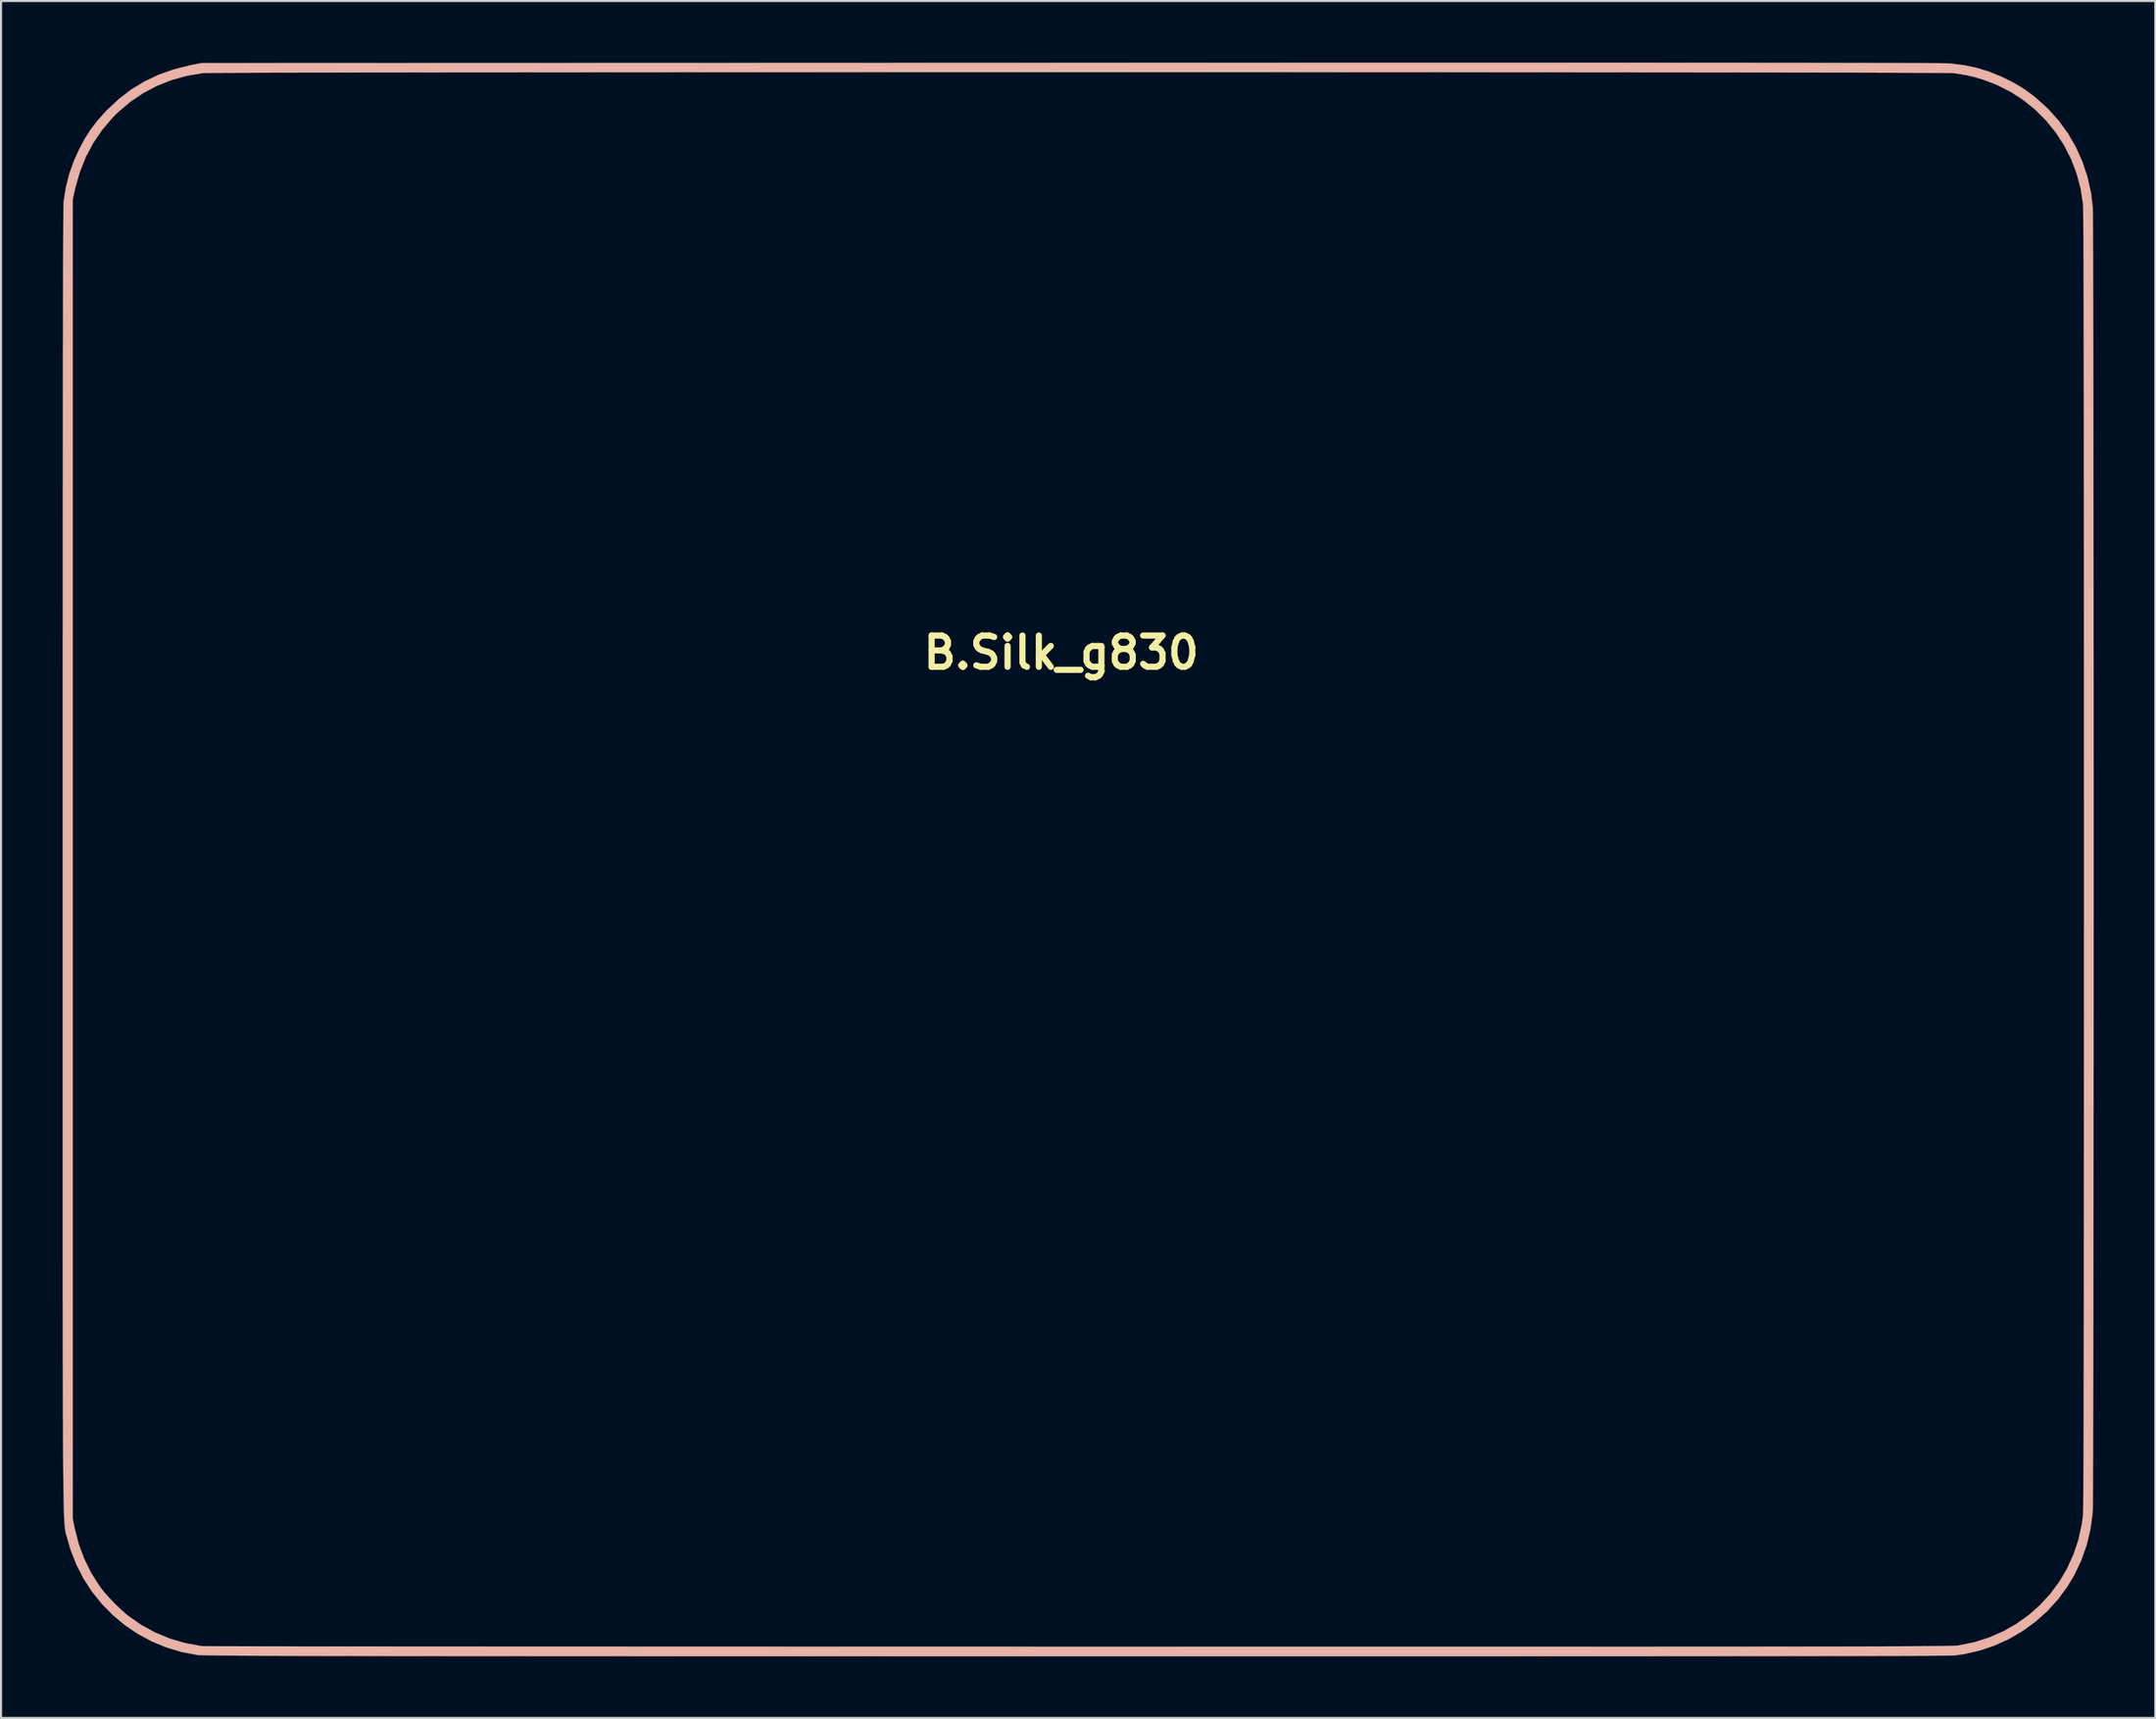
<source format=kicad_pcb>
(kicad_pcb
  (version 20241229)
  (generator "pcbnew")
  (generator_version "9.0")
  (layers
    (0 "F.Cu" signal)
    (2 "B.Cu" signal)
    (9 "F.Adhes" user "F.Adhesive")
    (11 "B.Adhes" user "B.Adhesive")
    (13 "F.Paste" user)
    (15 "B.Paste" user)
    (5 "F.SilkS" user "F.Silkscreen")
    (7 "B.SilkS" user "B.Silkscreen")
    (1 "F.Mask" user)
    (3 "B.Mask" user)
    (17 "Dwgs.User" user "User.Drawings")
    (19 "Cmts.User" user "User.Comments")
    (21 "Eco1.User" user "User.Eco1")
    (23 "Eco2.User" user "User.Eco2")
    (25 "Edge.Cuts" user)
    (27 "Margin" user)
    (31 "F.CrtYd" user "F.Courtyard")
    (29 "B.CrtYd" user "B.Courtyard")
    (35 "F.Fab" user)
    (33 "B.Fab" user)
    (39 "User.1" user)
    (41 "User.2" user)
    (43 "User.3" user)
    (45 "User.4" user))
  (footprint "B.Silk_g830"
    (layer "F.Cu")
    (at 48.646 28.744)
    (property "Reference" "B.Silk_g830" (at 0 0 0) (layer "F.SilkS") (effects (font (size 1.524 1.524) (thickness 0.3))))
    (attr through_hole)
    (fp_poly (pts (xy 22.988 -28.739) (xy 24.575 -28.739) (xy 26.09 -28.738) (xy 27.534 -28.738) (xy 28.907 -28.738) (xy 30.21 -28.737) (xy 31.445 -28.736) (xy 32.612 -28.736) (xy 33.713 -28.735) (xy 34.748 -28.734) (xy 35.718 -28.733) (xy 36.625 -28.732) (xy 37.47 -28.731) (xy 38.253 -28.729) (xy 38.975 -28.728) (xy 39.638 -28.726) (xy 40.242 -28.725) (xy 40.789 -28.723) (xy 41.279 -28.721) (xy 41.714 -28.719) (xy 42.095 -28.717) (xy 42.422 -28.715) (xy 42.696 -28.713) (xy 42.919 -28.71) (xy 43.092 -28.708) (xy 43.215 -28.705) (xy 43.289 -28.702) (xy 43.306 -28.701) (xy 43.973 -28.618) (xy 44.589 -28.49) (xy 45.18 -28.31) (xy 45.77 -28.072) (xy 45.961 -27.983) (xy 46.375 -27.774) (xy 46.737 -27.564) (xy 47.08 -27.334) (xy 47.436 -27.063) (xy 47.485 -27.023) (xy 48.069 -26.497) (xy 48.59 -25.916) (xy 49.047 -25.285) (xy 49.436 -24.61) (xy 49.755 -23.895) (xy 50 -23.147) (xy 50.17 -22.37) (xy 50.249 -21.73) (xy 50.252 -21.656) (xy 50.254 -21.5) (xy 50.257 -21.264) (xy 50.259 -20.952) (xy 50.262 -20.564) (xy 50.264 -20.106) (xy 50.266 -19.577) (xy 50.268 -18.982) (xy 50.27 -18.323) (xy 50.272 -17.602) (xy 50.274 -16.823) (xy 50.275 -15.987) (xy 50.277 -15.097) (xy 50.279 -14.155) (xy 50.28 -13.165) (xy 50.281 -12.129) (xy 50.283 -11.049) (xy 50.284 -9.928) (xy 50.285 -8.768) (xy 50.286 -7.573) (xy 50.287 -6.344) (xy 50.288 -5.085) (xy 50.289 -3.797) (xy 50.29 -2.483) (xy 50.29 -1.147) (xy 50.291 0.21) (xy 50.292 1.585) (xy 50.292 2.976) (xy 50.292 4.379) (xy 50.293 5.793) (xy 50.293 7.214) (xy 50.293 8.64) (xy 50.293 10.069) (xy 50.293 11.498) (xy 50.293 12.925) (xy 50.292 14.346) (xy 50.292 15.76) (xy 50.292 17.163) (xy 50.291 18.554) (xy 50.291 19.929) (xy 50.29 21.286) (xy 50.289 22.623) (xy 50.289 23.937) (xy 50.288 25.225) (xy 50.287 26.485) (xy 50.286 27.714) (xy 50.285 28.91) (xy 50.284 30.07) (xy 50.282 31.191) (xy 50.281 32.271) (xy 50.279 33.308) (xy 50.278 34.299) (xy 50.276 35.241) (xy 50.275 36.131) (xy 50.273 36.968) (xy 50.271 37.748) (xy 50.269 38.47) (xy 50.267 39.129) (xy 50.265 39.725) (xy 50.263 40.254) (xy 50.261 40.714) (xy 50.258 41.102) (xy 50.256 41.415) (xy 50.254 41.652) (xy 50.251 41.809) (xy 50.248 41.884) (xy 50.248 41.884) (xy 50.142 42.689) (xy 49.955 43.469) (xy 49.69 44.219) (xy 49.348 44.938) (xy 49.037 45.46) (xy 48.572 46.098) (xy 48.046 46.679) (xy 47.465 47.2) (xy 46.835 47.658) (xy 46.162 48.05) (xy 45.451 48.372) (xy 44.707 48.62) (xy 43.937 48.791) (xy 43.51 48.85) (xy 43.454 48.853) (xy 43.335 48.855) (xy 43.154 48.858) (xy 42.908 48.86) (xy 42.598 48.862) (xy 42.223 48.865) (xy 41.782 48.867) (xy 41.274 48.869) (xy 40.699 48.871) (xy 40.057 48.872) (xy 39.346 48.874) (xy 38.566 48.876) (xy 37.717 48.877) (xy 36.796 48.879) (xy 35.805 48.88) (xy 34.742 48.882) (xy 33.607 48.883) (xy 32.399 48.884) (xy 31.117 48.885) (xy 29.76 48.886) (xy 28.329 48.887) (xy 26.822 48.888) (xy 25.239 48.888) (xy 23.579 48.889) (xy 21.841 48.89) (xy 20.024 48.89) (xy 18.129 48.89) (xy 16.155 48.891) (xy 14.1 48.891) (xy 11.964 48.891) (xy 9.746 48.891) (xy 7.447 48.891) (xy 5.064 48.891) (xy 2.598 48.891) (xy 0.732 48.891) (xy -1.581 48.89) (xy -3.811 48.89) (xy -5.96 48.89) (xy -8.028 48.89) (xy -10.017 48.889) (xy -11.929 48.889) (xy -13.765 48.888) (xy -15.527 48.888) (xy -17.216 48.888) (xy -18.834 48.887) (xy -20.382 48.887) (xy -21.862 48.886) (xy -23.275 48.885) (xy -24.622 48.885) (xy -25.905 48.884) (xy -27.126 48.883) (xy -28.287 48.882) (xy -29.387 48.882) (xy -30.43 48.881) (xy -31.416 48.88) (xy -32.347 48.879) (xy -33.224 48.878) (xy -34.05 48.876) (xy -34.825 48.875) (xy -35.55 48.874) (xy -36.228 48.873) (xy -36.86 48.871) (xy -37.448 48.87) (xy -37.992 48.868) (xy -38.494 48.866) (xy -38.957 48.865) (xy -39.38 48.863) (xy -39.766 48.861) (xy -40.117 48.859) (xy -40.433 48.857) (xy -40.717 48.855) (xy -40.969 48.852) (xy -41.191 48.85) (xy -41.385 48.847) (xy -41.552 48.845) (xy -41.694 48.842) (xy -41.812 48.839) (xy -41.907 48.836) (xy -41.981 48.833) (xy -42.036 48.83) (xy -42.073 48.827) (xy -42.079 48.826) (xy -42.851 48.681) (xy -43.594 48.458) (xy -44.306 48.163) (xy -44.98 47.799) (xy -45.613 47.371) (xy -46.198 46.883) (xy -46.733 46.339) (xy -47.211 45.744) (xy -47.628 45.102) (xy -47.979 44.416) (xy -48.26 43.692) (xy -48.403 43.201) (xy -48.418 43.145) (xy -48.432 43.096) (xy -48.445 43.052) (xy -48.458 43.01) (xy -48.47 42.97) (xy -48.482 42.928) (xy -48.493 42.884) (xy -48.504 42.836) (xy -48.514 42.781) (xy -48.524 42.718) (xy -48.533 42.645) (xy -48.541 42.561) (xy -48.55 42.463) (xy -48.557 42.349) (xy -48.565 42.219) (xy -48.571 42.07) (xy -48.578 41.9) (xy -48.584 41.707) (xy -48.59 41.491) (xy -48.595 41.248) (xy -48.6 40.977) (xy -48.604 40.676) (xy -48.608 40.344) (xy -48.612 39.978) (xy -48.616 39.577) (xy -48.619 39.14) (xy -48.622 38.663) (xy -48.625 38.146) (xy -48.627 37.587) (xy -48.629 36.983) (xy -48.631 36.333) (xy -48.633 35.636) (xy -48.635 34.889) (xy -48.636 34.09) (xy -48.637 33.238) (xy -48.638 32.331) (xy -48.639 31.367) (xy -48.639 30.345) (xy -48.64 29.262) (xy -48.64 28.117) (xy -48.641 26.908) (xy -48.641 25.633) (xy -48.641 24.29) (xy -48.641 22.878) (xy -48.641 21.394) (xy -48.641 19.837) (xy -48.641 18.206) (xy -48.641 16.497) (xy -48.641 14.71) (xy -48.641 12.843) (xy -48.641 10.894) (xy -48.641 10.105) (xy -48.641 7.858) (xy -48.64 5.691) (xy -48.64 3.604) (xy -48.64 1.598) (xy -48.639 -0.327) (xy -48.638 -2.172) (xy -48.638 -3.936) (xy -48.637 -5.618) (xy -48.636 -7.219) (xy -48.635 -8.738) (xy -48.634 -10.176) (xy -48.632 -11.532) (xy -48.631 -12.806) (xy -48.629 -13.997) (xy -48.628 -15.107) (xy -48.626 -16.133) (xy -48.624 -17.077) (xy -48.622 -17.938) (xy -48.62 -18.716) (xy -48.618 -19.411) (xy -48.615 -20.022) (xy -48.613 -20.55) (xy -48.61 -20.994) (xy -48.608 -21.354) (xy -48.605 -21.63) (xy -48.602 -21.822) (xy -48.599 -21.929) (xy -48.598 -21.95) (xy -48.578 -22.077) (xy -48.154 -22.077) (xy -48.154 42.185) (xy -48.058 42.662) (xy -47.861 43.426) (xy -47.59 44.156) (xy -47.247 44.846) (xy -46.834 45.491) (xy -46.743 45.614) (xy -46.56 45.838) (xy -46.33 46.092) (xy -46.074 46.356) (xy -45.812 46.607) (xy -45.566 46.827) (xy -45.445 46.926) (xy -44.817 47.364) (xy -44.144 47.731) (xy -43.43 48.027) (xy -42.68 48.248) (xy -41.898 48.394) (xy -41.846 48.4) (xy -41.799 48.401) (xy -41.668 48.402) (xy -41.456 48.403) (xy -41.166 48.403) (xy -40.797 48.404) (xy -40.353 48.405) (xy -39.835 48.406) (xy -39.245 48.406) (xy -38.584 48.407) (xy -37.856 48.408) (xy -37.06 48.409) (xy -36.199 48.409) (xy -35.276 48.41) (xy -34.291 48.411) (xy -33.246 48.411) (xy -32.144 48.412) (xy -30.986 48.413) (xy -29.774 48.413) (xy -28.509 48.414) (xy -27.194 48.415) (xy -25.83 48.415) (xy -24.419 48.416) (xy -22.963 48.417) (xy -21.463 48.417) (xy -19.922 48.418) (xy -18.342 48.418) (xy -16.723 48.419) (xy -15.068 48.419) (xy -13.379 48.42) (xy -11.657 48.42) (xy -9.904 48.421) (xy -8.123 48.421) (xy -6.314 48.421) (xy -4.479 48.422) (xy -2.622 48.422) (xy -0.742 48.423) (xy 0.783 48.423) (xy 3.086 48.423) (xy 5.305 48.423) (xy 7.443 48.424) (xy 9.5 48.424) (xy 11.479 48.424) (xy 13.381 48.424) (xy 15.207 48.424) (xy 16.959 48.424) (xy 18.639 48.424) (xy 20.248 48.424) (xy 21.787 48.424) (xy 23.258 48.424) (xy 24.662 48.424) (xy 26.002 48.423) (xy 27.278 48.423) (xy 28.492 48.423) (xy 29.646 48.422) (xy 30.741 48.422) (xy 31.779 48.421) (xy 32.76 48.421) (xy 33.687 48.42) (xy 34.562 48.419) (xy 35.385 48.418) (xy 36.158 48.417) (xy 36.883 48.416) (xy 37.561 48.415) (xy 38.194 48.414) (xy 38.783 48.413) (xy 39.329 48.411) (xy 39.835 48.41) (xy 40.302 48.408) (xy 40.731 48.407) (xy 41.124 48.405) (xy 41.482 48.403) (xy 41.808 48.401) (xy 42.101 48.399) (xy 42.364 48.397) (xy 42.599 48.395) (xy 42.806 48.392) (xy 42.988 48.39) (xy 43.146 48.387) (xy 43.281 48.384) (xy 43.396 48.382) (xy 43.49 48.379) (xy 43.567 48.376) (xy 43.627 48.372) (xy 43.673 48.369) (xy 43.704 48.366) (xy 43.709 48.365) (xy 44.472 48.209) (xy 45.201 47.978) (xy 45.892 47.677) (xy 46.539 47.309) (xy 47.141 46.879) (xy 47.692 46.39) (xy 48.188 45.848) (xy 48.627 45.255) (xy 49.003 44.617) (xy 49.313 43.937) (xy 49.553 43.22) (xy 49.719 42.469) (xy 49.782 42.001) (xy 49.784 41.931) (xy 49.787 41.779) (xy 49.79 41.548) (xy 49.792 41.239) (xy 49.795 40.856) (xy 49.797 40.401) (xy 49.799 39.877) (xy 49.802 39.286) (xy 49.804 38.631) (xy 49.806 37.914) (xy 49.808 37.138) (xy 49.81 36.306) (xy 49.811 35.419) (xy 49.813 34.481) (xy 49.815 33.494) (xy 49.816 32.461) (xy 49.818 31.384) (xy 49.819 30.266) (xy 49.82 29.109) (xy 49.821 27.916) (xy 49.822 26.689) (xy 49.823 25.432) (xy 49.824 24.145) (xy 49.825 22.833) (xy 49.826 21.498) (xy 49.827 20.142) (xy 49.827 18.767) (xy 49.828 17.377) (xy 49.828 15.974) (xy 49.828 14.56) (xy 49.829 13.138) (xy 49.829 11.711) (xy 49.829 10.281) (xy 49.829 8.85) (xy 49.829 7.422) (xy 49.828 5.998) (xy 49.828 4.582) (xy 49.828 3.175) (xy 49.827 1.781) (xy 49.827 0.402) (xy 49.826 -0.96) (xy 49.825 -2.301) (xy 49.825 -3.62) (xy 49.824 -4.914) (xy 49.823 -6.18) (xy 49.822 -7.416) (xy 49.82 -8.619) (xy 49.819 -9.787) (xy 49.818 -10.916) (xy 49.817 -12.005) (xy 49.815 -13.051) (xy 49.813 -14.052) (xy 49.812 -15.004) (xy 49.81 -15.905) (xy 49.808 -16.754) (xy 49.806 -17.546) (xy 49.804 -18.28) (xy 49.802 -18.953) (xy 49.8 -19.563) (xy 49.798 -20.106) (xy 49.795 -20.581) (xy 49.793 -20.985) (xy 49.79 -21.315) (xy 49.788 -21.569) (xy 49.785 -21.744) (xy 49.782 -21.837) (xy 49.781 -21.849) (xy 49.662 -22.611) (xy 49.466 -23.346) (xy 49.197 -24.049) (xy 48.858 -24.714) (xy 48.454 -25.338) (xy 47.989 -25.914) (xy 47.466 -26.44) (xy 46.889 -26.908) (xy 46.262 -27.316) (xy 45.589 -27.657) (xy 44.962 -27.898) (xy 44.544 -28.027) (xy 44.157 -28.122) (xy 43.76 -28.192) (xy 43.425 -28.234) (xy 43.361 -28.236) (xy 43.214 -28.238) (xy 42.988 -28.241) (xy 42.683 -28.243) (xy 42.302 -28.245) (xy 41.848 -28.247) (xy 41.322 -28.249) (xy 40.727 -28.251) (xy 40.065 -28.253) (xy 39.338 -28.255) (xy 38.549 -28.257) (xy 37.699 -28.258) (xy 36.791 -28.26) (xy 35.827 -28.261) (xy 34.808 -28.263) (xy 33.739 -28.264) (xy 32.62 -28.266) (xy 31.453 -28.267) (xy 30.242 -28.268) (xy 28.987 -28.27) (xy 27.693 -28.271) (xy 26.359 -28.272) (xy 24.99 -28.273) (xy 23.586 -28.274) (xy 22.15 -28.275) (xy 20.685 -28.276) (xy 19.193 -28.276) (xy 17.675 -28.277) (xy 16.134 -28.278) (xy 14.572 -28.278) (xy 12.992 -28.279) (xy 11.395 -28.279) (xy 9.784 -28.28) (xy 8.161 -28.28) (xy 6.528 -28.28) (xy 4.888 -28.28) (xy 3.242 -28.281) (xy 1.592 -28.281) (xy -0.058 -28.281) (xy -1.707 -28.281) (xy -3.353 -28.28) (xy -4.993 -28.28) (xy -6.625 -28.28) (xy -8.248 -28.28) (xy -9.858 -28.279) (xy -11.454 -28.279) (xy -13.034 -28.278) (xy -14.594 -28.278) (xy -16.134 -28.277) (xy -17.651 -28.277) (xy -19.142 -28.276) (xy -20.605 -28.275) (xy -22.039 -28.274) (xy -23.441 -28.273) (xy -24.809 -28.272) (xy -26.14 -28.271) (xy -27.433 -28.27) (xy -28.685 -28.269) (xy -29.894 -28.268) (xy -31.058 -28.266) (xy -32.175 -28.265) (xy -33.242 -28.264) (xy -34.257 -28.262) (xy -35.219 -28.26) (xy -36.124 -28.259) (xy -36.971 -28.257) (xy -37.757 -28.255) (xy -38.48 -28.254) (xy -39.139 -28.252) (xy -39.73 -28.25) (xy -40.252 -28.248) (xy -40.703 -28.246) (xy -41.08 -28.244) (xy -41.38 -28.241) (xy -41.603 -28.239) (xy -41.745 -28.237) (xy -41.804 -28.234) (xy -42.584 -28.104) (xy -43.333 -27.898) (xy -44.047 -27.615) (xy -44.721 -27.26) (xy -45.353 -26.833) (xy -45.939 -26.336) (xy -46.221 -26.054) (xy -46.723 -25.465) (xy -47.154 -24.831) (xy -47.514 -24.152) (xy -47.805 -23.426) (xy -48.027 -22.65) (xy -48.057 -22.521) (xy -48.154 -22.077) (xy -48.578 -22.077) (xy -48.488 -22.657) (xy -48.319 -23.328) (xy -48.082 -23.986) (xy -47.833 -24.532) (xy -47.566 -25.03) (xy -47.282 -25.478) (xy -46.96 -25.901) (xy -46.582 -26.326) (xy -46.503 -26.409) (xy -45.927 -26.952) (xy -45.315 -27.422) (xy -44.664 -27.82) (xy -43.969 -28.15) (xy -43.224 -28.414) (xy -42.426 -28.614) (xy -42.355 -28.629) (xy -41.889 -28.72) (xy 0.445 -28.735) (xy 2.897 -28.735) (xy 5.266 -28.736) (xy 7.552 -28.737) (xy 9.757 -28.737) (xy 11.881 -28.738) (xy 13.925 -28.738) (xy 15.891 -28.738) (xy 17.779 -28.739) (xy 19.591 -28.739) (xy 21.326 -28.739) (xy 22.988 -28.739)) (stroke (width 0.01) (type solid)) (fill yes) (layer "B.SilkS")))
  (gr_rect
    (start -3 -3)
    (end 101.944 80.64)
    (stroke (width 0.1) (type default))
    (fill no)
    (layer "Edge.Cuts")))
</source>
